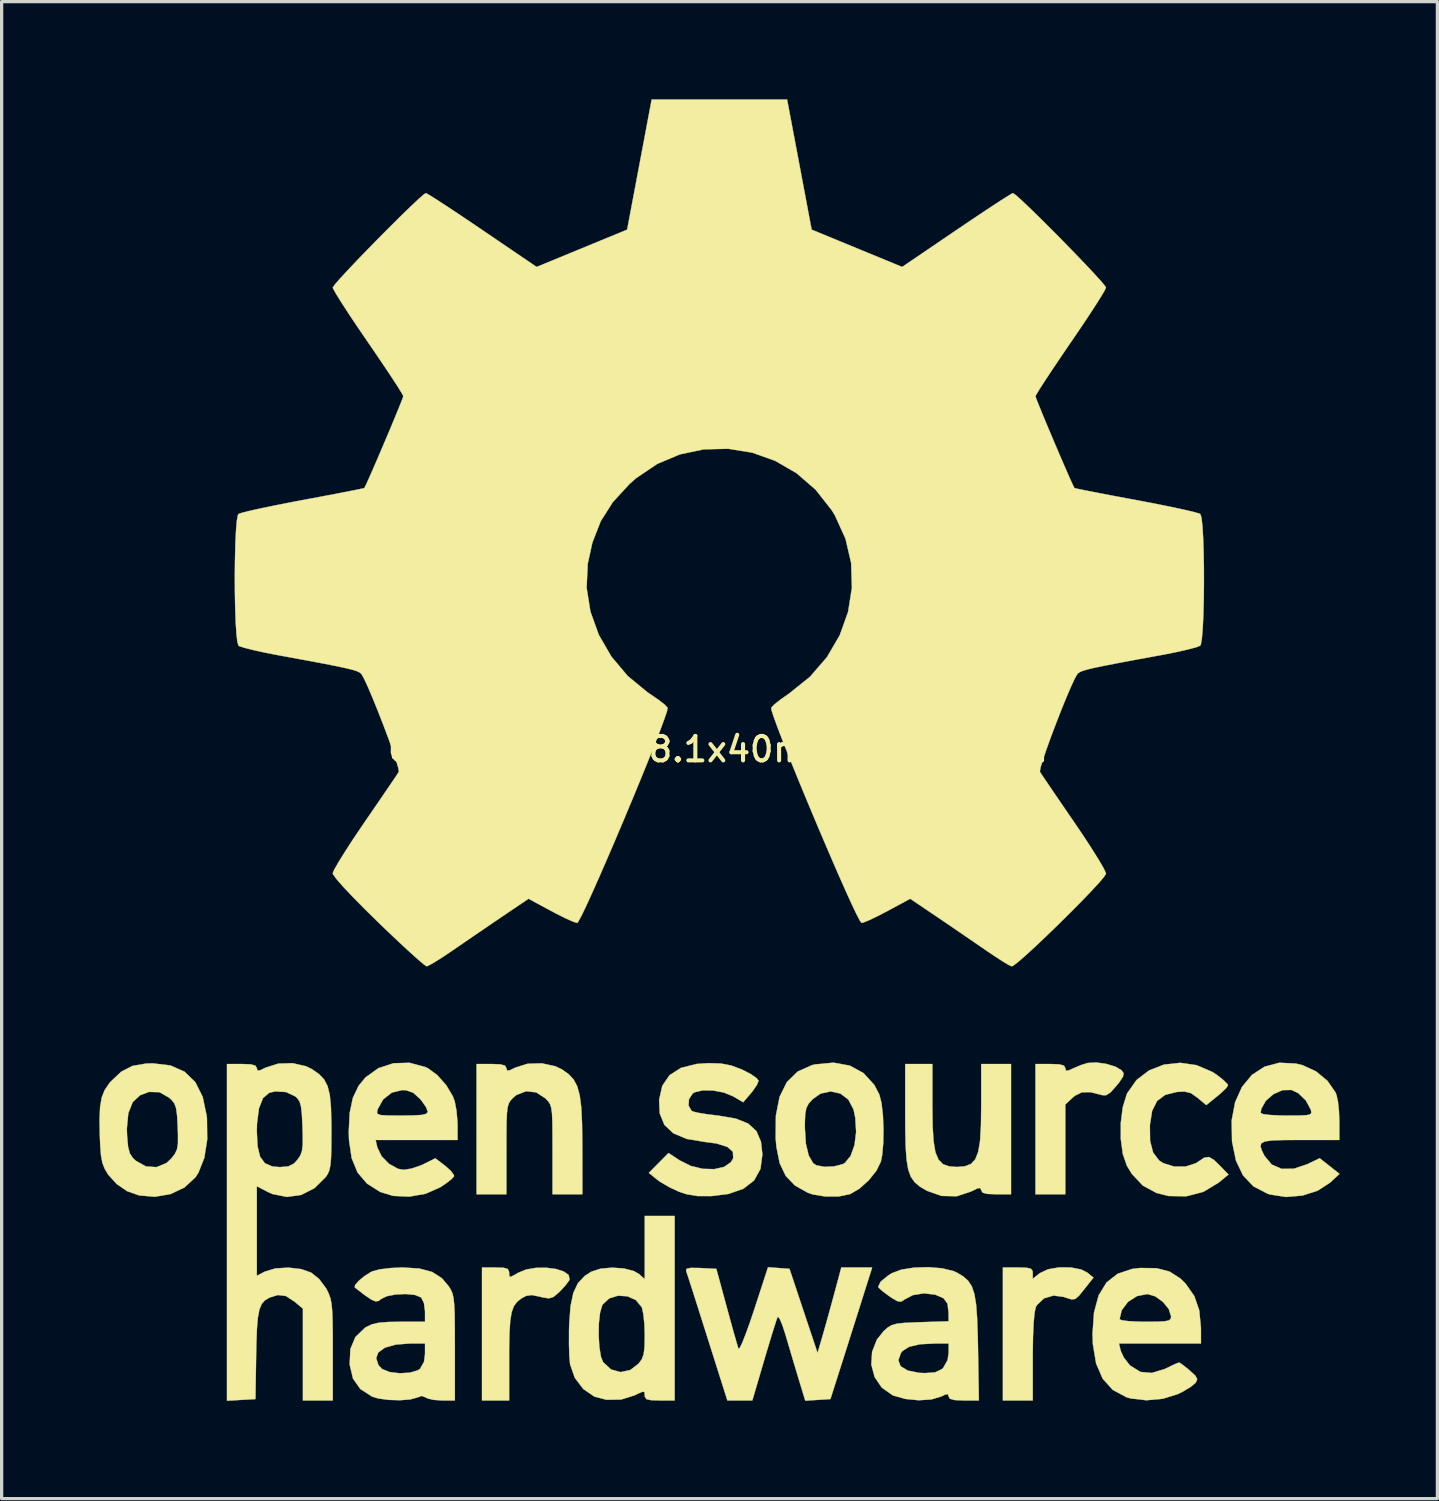
<source format=kicad_pcb>
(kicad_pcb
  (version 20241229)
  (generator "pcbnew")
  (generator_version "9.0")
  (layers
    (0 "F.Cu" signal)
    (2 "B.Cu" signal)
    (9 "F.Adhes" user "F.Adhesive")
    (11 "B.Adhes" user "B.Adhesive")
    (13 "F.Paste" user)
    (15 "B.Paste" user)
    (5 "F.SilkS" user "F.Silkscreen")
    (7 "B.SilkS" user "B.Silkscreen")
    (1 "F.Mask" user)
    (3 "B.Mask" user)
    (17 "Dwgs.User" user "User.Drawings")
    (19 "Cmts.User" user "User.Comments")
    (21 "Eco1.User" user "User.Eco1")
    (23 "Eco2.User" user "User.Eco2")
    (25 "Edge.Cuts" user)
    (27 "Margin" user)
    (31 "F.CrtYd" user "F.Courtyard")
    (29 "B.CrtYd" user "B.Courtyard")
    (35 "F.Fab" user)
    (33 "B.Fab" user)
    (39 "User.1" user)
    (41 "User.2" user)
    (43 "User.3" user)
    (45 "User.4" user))
  (footprint "OSHW-Logo_38.1x40mm_SilkScreen"
    (layer "F.Cu")
    (at 18.99 19.95)
    (property "Reference" "OSHW-Logo_38.1x40mm_SilkScreen" (at 0 0 0) (layer "F.SilkS") (effects (font (size 0.75 0.75) (thickness 0.125))))
    (attr exclude_from_pos_files exclude_from_bom)
    (fp_poly (pts (xy 11.918 9.656) (xy 12.204 9.744) (xy 12.389 9.855) (xy 12.449 9.942) (xy 12.432 10.046) (xy 12.325 10.209) (xy 12.234 10.324) (xy 12.047 10.532) (xy 11.907 10.62) (xy 11.787 10.614) (xy 11.431 10.524) (xy 11.17 10.528) (xy 10.959 10.631) (xy 10.887 10.691) (xy 10.66 10.902) (xy 10.66 13.658) (xy 9.744 13.658) (xy 9.744 9.66) (xy 10.202 9.66) (xy 10.477 9.671) (xy 10.619 9.71) (xy 10.66 9.785) (xy 10.66 9.787) (xy 10.679 9.866) (xy 10.767 9.856) (xy 10.889 9.799) (xy 11.14 9.693) (xy 11.344 9.629) (xy 11.607 9.613) (xy 11.918 9.656)) (stroke (width 0.01) (type solid)) (fill yes) (layer "F.SilkS"))
    (fp_poly (pts (xy 10.83 15.905) (xy 11.15 15.968) (xy 11.333 16.061) (xy 11.524 16.217) (xy 11.252 16.561) (xy 11.083 16.77) (xy 10.969 16.871) (xy 10.856 16.887) (xy 10.69 16.837) (xy 10.612 16.809) (xy 10.294 16.767) (xy 10.003 16.856) (xy 9.789 17.059) (xy 9.754 17.123) (xy 9.717 17.294) (xy 9.687 17.609) (xy 9.668 18.046) (xy 9.66 18.582) (xy 9.66 18.658) (xy 9.66 19.987) (xy 8.744 19.987) (xy 8.744 15.906) (xy 9.202 15.906) (xy 9.466 15.913) (xy 9.604 15.944) (xy 9.655 16.013) (xy 9.66 16.079) (xy 9.66 16.251) (xy 9.88 16.079) (xy 10.131 15.961) (xy 10.469 15.903) (xy 10.83 15.905)) (stroke (width 0.01) (type solid)) (fill yes) (layer "F.SilkS"))
    (fp_poly (pts (xy -6.579 15.915) (xy -6.454 15.952) (xy -6.414 16.035) (xy -6.412 16.072) (xy -6.405 16.175) (xy -6.356 16.191) (xy -6.221 16.12) (xy -6.142 16.072) (xy -5.89 15.968) (xy -5.59 15.917) (xy -5.275 15.913) (xy -4.98 15.951) (xy -4.739 16.027) (xy -4.587 16.134) (xy -4.557 16.268) (xy -4.572 16.305) (xy -4.683 16.456) (xy -4.854 16.641) (xy -4.885 16.671) (xy -5.049 16.809) (xy -5.191 16.854) (xy -5.388 16.823) (xy -5.467 16.802) (xy -5.714 16.752) (xy -5.887 16.775) (xy -6.033 16.853) (xy -6.167 16.959) (xy -6.266 17.092) (xy -6.334 17.277) (xy -6.378 17.541) (xy -6.402 17.907) (xy -6.412 18.402) (xy -6.412 18.701) (xy -6.412 19.987) (xy -7.245 19.987) (xy -7.245 15.906) (xy -6.829 15.906) (xy -6.579 15.915)) (stroke (width 0.01) (type solid)) (fill yes) (layer "F.SilkS"))
    (fp_poly (pts (xy 6.579 10.957) (xy 6.587 11.567) (xy 6.616 12.031) (xy 6.673 12.368) (xy 6.767 12.595) (xy 6.904 12.734) (xy 7.094 12.802) (xy 7.329 12.82) (xy 7.574 12.8) (xy 7.761 12.729) (xy 7.896 12.586) (xy 7.988 12.353) (xy 8.044 12.011) (xy 8.071 11.54) (xy 8.078 10.957) (xy 8.078 9.66) (xy 8.994 9.66) (xy 8.994 13.658) (xy 8.536 13.658) (xy 8.26 13.647) (xy 8.118 13.607) (xy 8.078 13.533) (xy 8.054 13.466) (xy 7.959 13.48) (xy 7.767 13.574) (xy 7.327 13.719) (xy 6.861 13.709) (xy 6.414 13.552) (xy 6.201 13.427) (xy 6.038 13.292) (xy 5.92 13.124) (xy 5.838 12.898) (xy 5.787 12.591) (xy 5.759 12.18) (xy 5.748 11.64) (xy 5.746 11.223) (xy 5.746 9.66) (xy 6.579 9.66) (xy 6.579 10.957)) (stroke (width 0.01) (type solid)) (fill yes) (layer "F.SilkS"))
    (fp_poly (pts (xy -4.994 9.729) (xy -4.787 9.828) (xy -4.586 9.971) (xy -4.433 10.136) (xy -4.321 10.346) (xy -4.245 10.625) (xy -4.198 10.996) (xy -4.174 11.485) (xy -4.166 12.114) (xy -4.166 12.18) (xy -4.164 13.658) (xy -5.08 13.658) (xy -5.08 12.295) (xy -5.081 11.79) (xy -5.085 11.424) (xy -5.097 11.17) (xy -5.121 10.999) (xy -5.16 10.884) (xy -5.218 10.798) (xy -5.3 10.713) (xy -5.583 10.53) (xy -5.893 10.496) (xy -6.189 10.611) (xy -6.291 10.698) (xy -6.367 10.778) (xy -6.421 10.865) (xy -6.457 10.985) (xy -6.479 11.165) (xy -6.491 11.432) (xy -6.495 11.815) (xy -6.496 12.28) (xy -6.496 13.658) (xy -7.412 13.658) (xy -7.412 9.66) (xy -6.954 9.66) (xy -6.679 9.671) (xy -6.537 9.71) (xy -6.496 9.785) (xy -6.496 9.787) (xy -6.477 9.861) (xy -6.392 9.853) (xy -6.225 9.772) (xy -5.845 9.652) (xy -5.411 9.639) (xy -4.994 9.729)) (stroke (width 0.01) (type solid)) (fill yes) (layer "F.SilkS"))
    (fp_poly (pts (xy 14.685 9.695) (xy 15.167 9.9) (xy 15.319 10) (xy 15.513 10.153) (xy 15.635 10.274) (xy 15.656 10.313) (xy 15.597 10.4) (xy 15.444 10.548) (xy 15.321 10.651) (xy 14.986 10.921) (xy 14.721 10.698) (xy 14.517 10.554) (xy 14.317 10.505) (xy 14.089 10.517) (xy 13.726 10.607) (xy 13.477 10.794) (xy 13.325 11.096) (xy 13.256 11.532) (xy 13.256 11.533) (xy 13.262 12.02) (xy 13.355 12.378) (xy 13.539 12.621) (xy 13.665 12.704) (xy 13.999 12.807) (xy 14.356 12.807) (xy 14.667 12.707) (xy 14.74 12.658) (xy 14.925 12.534) (xy 15.069 12.514) (xy 15.224 12.606) (xy 15.396 12.772) (xy 15.668 13.053) (xy 15.366 13.302) (xy 14.899 13.583) (xy 14.373 13.721) (xy 13.824 13.711) (xy 13.462 13.62) (xy 13.04 13.392) (xy 12.703 13.035) (xy 12.55 12.783) (xy 12.425 12.422) (xy 12.363 11.963) (xy 12.363 11.467) (xy 12.423 10.99) (xy 12.545 10.591) (xy 12.564 10.55) (xy 12.848 10.149) (xy 13.233 9.856) (xy 13.687 9.679) (xy 14.181 9.624) (xy 14.685 9.695)) (stroke (width 0.01) (type solid)) (fill yes) (layer "F.SilkS"))
    (fp_poly (pts (xy 4.045 9.71) (xy 4.466 9.939) (xy 4.796 10.301) (xy 4.951 10.596) (xy 5.018 10.856) (xy 5.061 11.227) (xy 5.079 11.654) (xy 5.072 12.083) (xy 5.038 12.46) (xy 4.997 12.661) (xy 4.861 12.937) (xy 4.626 13.229) (xy 4.342 13.485) (xy 4.061 13.65) (xy 4.054 13.653) (xy 3.706 13.725) (xy 3.293 13.727) (xy 2.9 13.661) (xy 2.749 13.608) (xy 2.358 13.387) (xy 2.079 13.097) (xy 1.895 12.713) (xy 1.793 12.21) (xy 1.769 11.946) (xy 1.772 11.615) (xy 2.665 11.615) (xy 2.695 12.098) (xy 2.782 12.467) (xy 2.919 12.702) (xy 3.017 12.769) (xy 3.268 12.816) (xy 3.567 12.802) (xy 3.825 12.735) (xy 3.892 12.698) (xy 4.071 12.481) (xy 4.189 12.15) (xy 4.239 11.747) (xy 4.214 11.315) (xy 4.16 11.055) (xy 4.002 10.754) (xy 3.754 10.566) (xy 3.455 10.501) (xy 3.146 10.569) (xy 2.908 10.737) (xy 2.783 10.874) (xy 2.711 11.01) (xy 2.676 11.194) (xy 2.665 11.476) (xy 2.665 11.615) (xy 1.772 11.615) (xy 1.776 11.243) (xy 1.89 10.666) (xy 2.113 10.216) (xy 2.444 9.892) (xy 2.883 9.695) (xy 2.978 9.672) (xy 3.545 9.619) (xy 4.045 9.71)) (stroke (width 0.01) (type solid)) (fill yes) (layer "F.SilkS"))
    (fp_poly (pts (xy 1.865 15.923) (xy 2.194 15.948) (xy 2.624 17.239) (xy 3.055 18.53) (xy 3.19 18.071) (xy 3.271 17.788) (xy 3.378 17.406) (xy 3.494 16.985) (xy 3.555 16.76) (xy 3.784 15.906) (xy 4.731 15.906) (xy 4.448 16.801) (xy 4.309 17.242) (xy 4.14 17.773) (xy 3.965 18.327) (xy 3.808 18.821) (xy 3.45 19.945) (xy 2.678 19.995) (xy 2.468 19.304) (xy 2.339 18.875) (xy 2.198 18.401) (xy 2.075 17.983) (xy 2.07 17.966) (xy 1.978 17.683) (xy 1.897 17.49) (xy 1.84 17.417) (xy 1.828 17.425) (xy 1.787 17.538) (xy 1.71 17.781) (xy 1.604 18.123) (xy 1.481 18.533) (xy 1.414 18.759) (xy 1.053 19.987) (xy 0.287 19.987) (xy -0.326 18.051) (xy -0.498 17.508) (xy -0.655 17.014) (xy -0.789 16.594) (xy -0.893 16.27) (xy -0.96 16.066) (xy -0.98 16.006) (xy -0.964 15.945) (xy -0.838 15.918) (xy -0.577 15.921) (xy -0.537 15.923) (xy -0.052 15.948) (xy 0.265 17.114) (xy 0.381 17.539) (xy 0.485 17.913) (xy 0.568 18.203) (xy 0.62 18.376) (xy 0.629 18.405) (xy 0.669 18.372) (xy 0.749 18.203) (xy 0.86 17.922) (xy 0.993 17.55) (xy 1.106 17.214) (xy 1.535 15.898) (xy 1.865 15.923)) (stroke (width 0.01) (type solid)) (fill yes) (layer "F.SilkS"))
    (fp_poly (pts (xy -16.811 9.704) (xy -16.375 9.896) (xy -16.044 10.218) (xy -15.818 10.669) (xy -15.696 11.25) (xy -15.687 11.341) (xy -15.68 11.981) (xy -15.769 12.541) (xy -15.949 12.996) (xy -16.045 13.142) (xy -16.38 13.451) (xy -16.806 13.652) (xy -17.284 13.735) (xy -17.771 13.693) (xy -18.141 13.562) (xy -18.459 13.343) (xy -18.719 13.055) (xy -18.724 13.048) (xy -18.829 12.871) (xy -18.898 12.692) (xy -18.94 12.467) (xy -18.964 12.149) (xy -18.975 11.888) (xy -18.979 11.651) (xy -18.147 11.651) (xy -18.138 11.887) (xy -18.109 12.2) (xy -18.057 12.401) (xy -17.963 12.544) (xy -17.875 12.628) (xy -17.563 12.803) (xy -17.236 12.826) (xy -16.932 12.7) (xy -16.78 12.559) (xy -16.671 12.417) (xy -16.607 12.281) (xy -16.578 12.104) (xy -16.577 11.839) (xy -16.585 11.594) (xy -16.604 11.245) (xy -16.634 11.019) (xy -16.687 10.871) (xy -16.777 10.759) (xy -16.848 10.694) (xy -17.145 10.525) (xy -17.466 10.516) (xy -17.736 10.617) (xy -17.965 10.826) (xy -18.102 11.17) (xy -18.147 11.651) (xy -18.979 11.651) (xy -18.985 11.369) (xy -18.968 10.981) (xy -18.918 10.689) (xy -18.827 10.459) (xy -18.689 10.256) (xy -18.638 10.196) (xy -18.318 9.895) (xy -17.976 9.719) (xy -17.556 9.646) (xy -17.352 9.64) (xy -16.811 9.704)) (stroke (width 0.01) (type solid)) (fill yes) (layer "F.SilkS"))
    (fp_poly (pts (xy -1.332 19.987) (xy -1.79 19.987) (xy -2.056 19.979) (xy -2.195 19.947) (xy -2.245 19.877) (xy -2.249 19.829) (xy -2.257 19.734) (xy -2.31 19.716) (xy -2.449 19.775) (xy -2.558 19.829) (xy -2.974 19.959) (xy -3.426 19.966) (xy -3.793 19.87) (xy -4.136 19.636) (xy -4.397 19.292) (xy -4.539 18.885) (xy -4.543 18.862) (xy -4.564 18.614) (xy -4.575 18.258) (xy -4.574 17.989) (xy -3.664 17.989) (xy -3.643 18.347) (xy -3.595 18.642) (xy -3.53 18.808) (xy -3.285 19.036) (xy -2.993 19.118) (xy -2.693 19.052) (xy -2.436 18.855) (xy -2.339 18.722) (xy -2.282 18.564) (xy -2.255 18.334) (xy -2.249 17.987) (xy -2.26 17.644) (xy -2.291 17.343) (xy -2.335 17.141) (xy -2.343 17.123) (xy -2.52 16.908) (xy -2.779 16.79) (xy -3.069 16.771) (xy -3.338 16.853) (xy -3.537 17.038) (xy -3.558 17.075) (xy -3.622 17.299) (xy -3.658 17.622) (xy -3.664 17.989) (xy -4.574 17.989) (xy -4.574 17.852) (xy -4.568 17.634) (xy -4.527 17.094) (xy -4.442 16.688) (xy -4.301 16.388) (xy -4.092 16.165) (xy -3.889 16.034) (xy -3.605 15.942) (xy -3.252 15.911) (xy -2.891 15.936) (xy -2.582 16.016) (xy -2.418 16.112) (xy -2.249 16.265) (xy -2.249 14.324) (xy -1.332 14.324) (xy -1.332 19.987)) (stroke (width 0.01) (type solid)) (fill yes) (layer "F.SilkS"))
    (fp_poly (pts (xy 17.736 9.646) (xy 17.949 9.698) (xy 18.358 9.888) (xy 18.707 10.177) (xy 18.949 10.525) (xy 18.982 10.603) (xy 19.028 10.807) (xy 19.06 11.109) (xy 19.071 11.415) (xy 19.071 11.992) (xy 17.863 11.992) (xy 17.365 11.994) (xy 17.014 12.005) (xy 16.791 12.035) (xy 16.677 12.092) (xy 16.651 12.184) (xy 16.695 12.32) (xy 16.774 12.48) (xy 16.995 12.746) (xy 17.302 12.879) (xy 17.676 12.874) (xy 18.101 12.73) (xy 18.468 12.552) (xy 18.772 12.792) (xy 19.076 13.033) (xy 18.79 13.298) (xy 18.408 13.548) (xy 17.938 13.698) (xy 17.432 13.741) (xy 16.943 13.665) (xy 16.864 13.639) (xy 16.434 13.415) (xy 16.115 13.08) (xy 15.898 12.625) (xy 15.778 12.041) (xy 15.777 12.028) (xy 15.766 11.391) (xy 15.81 11.163) (xy 16.656 11.163) (xy 16.733 11.198) (xy 16.944 11.225) (xy 17.255 11.24) (xy 17.452 11.243) (xy 17.82 11.241) (xy 18.05 11.232) (xy 18.171 11.208) (xy 18.212 11.161) (xy 18.201 11.085) (xy 18.192 11.055) (xy 18.043 10.778) (xy 17.809 10.554) (xy 17.602 10.456) (xy 17.328 10.462) (xy 17.049 10.585) (xy 16.816 10.787) (xy 16.676 11.034) (xy 16.656 11.163) (xy 15.81 11.163) (xy 15.873 10.83) (xy 16.085 10.36) (xy 16.39 9.993) (xy 16.775 9.742) (xy 17.227 9.622) (xy 17.736 9.646)) (stroke (width 0.01) (type solid)) (fill yes) (layer "F.SilkS"))
    (fp_poly (pts (xy 0.093 9.646) (xy 0.408 9.706) (xy 0.735 9.831) (xy 0.77 9.847) (xy 1.018 9.977) (xy 1.19 10.099) (xy 1.246 10.176) (xy 1.193 10.303) (xy 1.064 10.49) (xy 1.007 10.56) (xy 0.772 10.834) (xy 0.469 10.655) (xy 0.181 10.536) (xy -0.152 10.473) (xy -0.471 10.469) (xy -0.719 10.528) (xy -0.778 10.566) (xy -0.891 10.737) (xy -0.905 10.934) (xy -0.82 11.088) (xy -0.77 11.118) (xy -0.62 11.155) (xy -0.357 11.199) (xy -0.032 11.24) (xy 0.028 11.247) (xy 0.55 11.337) (xy 0.928 11.49) (xy 1.179 11.721) (xy 1.318 12.043) (xy 1.362 12.436) (xy 1.302 12.883) (xy 1.107 13.234) (xy 0.777 13.49) (xy 0.31 13.65) (xy -0.208 13.714) (xy -0.631 13.713) (xy -0.973 13.655) (xy -1.208 13.576) (xy -1.503 13.437) (xy -1.777 13.276) (xy -1.874 13.205) (xy -2.124 13.001) (xy -1.822 12.697) (xy -1.521 12.392) (xy -1.178 12.618) (xy -0.835 12.789) (xy -0.468 12.878) (xy -0.115 12.887) (xy 0.186 12.818) (xy 0.397 12.673) (xy 0.466 12.55) (xy 0.456 12.354) (xy 0.286 12.204) (xy -0.043 12.1) (xy -0.404 12.052) (xy -0.959 11.96) (xy -1.371 11.787) (xy -1.646 11.529) (xy -1.789 11.178) (xy -1.809 10.763) (xy -1.711 10.329) (xy -1.487 10.002) (xy -1.136 9.778) (xy -0.655 9.658) (xy -0.299 9.634) (xy 0.093 9.646)) (stroke (width 0.01) (type solid)) (fill yes) (layer "F.SilkS"))
    (fp_poly (pts (xy 13.462 15.928) (xy 13.86 16.031) (xy 14.193 16.245) (xy 14.355 16.405) (xy 14.619 16.782) (xy 14.771 17.219) (xy 14.823 17.757) (xy 14.823 17.801) (xy 14.824 18.238) (xy 12.307 18.238) (xy 12.361 18.467) (xy 12.458 18.674) (xy 12.627 18.891) (xy 12.663 18.925) (xy 12.967 19.112) (xy 13.315 19.143) (xy 13.715 19.021) (xy 13.783 18.988) (xy 13.991 18.887) (xy 14.13 18.83) (xy 14.154 18.824) (xy 14.239 18.876) (xy 14.401 19.002) (xy 14.483 19.071) (xy 14.653 19.229) (xy 14.709 19.333) (xy 14.67 19.429) (xy 14.649 19.455) (xy 14.509 19.57) (xy 14.277 19.71) (xy 14.116 19.791) (xy 13.657 19.935) (xy 13.149 19.981) (xy 12.668 19.926) (xy 12.533 19.887) (xy 12.117 19.663) (xy 11.807 19.319) (xy 11.605 18.852) (xy 11.506 18.257) (xy 11.495 17.947) (xy 11.527 17.494) (xy 12.325 17.494) (xy 12.402 17.527) (xy 12.61 17.554) (xy 12.912 17.569) (xy 13.116 17.572) (xy 13.484 17.569) (xy 13.716 17.557) (xy 13.844 17.529) (xy 13.897 17.479) (xy 13.908 17.407) (xy 13.836 17.182) (xy 13.656 16.961) (xy 13.42 16.791) (xy 13.183 16.721) (xy 12.862 16.783) (xy 12.584 16.961) (xy 12.391 17.219) (xy 12.325 17.494) (xy 11.527 17.494) (xy 11.541 17.287) (xy 11.683 16.762) (xy 11.924 16.367) (xy 12.268 16.097) (xy 12.716 15.949) (xy 12.959 15.921) (xy 13.462 15.928)) (stroke (width 0.01) (type solid)) (fill yes) (layer "F.SilkS"))
    (fp_poly (pts (xy -8.985 9.753) (xy -8.902 9.792) (xy -8.615 10.003) (xy -8.344 10.31) (xy -8.141 10.648) (xy -8.083 10.803) (xy -8.03 11.081) (xy -7.999 11.416) (xy -7.995 11.555) (xy -7.995 11.992) (xy -10.511 11.992) (xy -10.458 12.221) (xy -10.326 12.492) (xy -10.096 12.726) (xy -9.822 12.877) (xy -9.647 12.908) (xy -9.411 12.87) (xy -9.128 12.775) (xy -9.032 12.731) (xy -8.678 12.554) (xy -8.375 12.785) (xy -8.2 12.941) (xy -8.107 13.07) (xy -8.103 13.108) (xy -8.186 13.199) (xy -8.368 13.339) (xy -8.533 13.447) (xy -8.978 13.643) (xy -9.478 13.731) (xy -9.973 13.708) (xy -10.368 13.588) (xy -10.775 13.331) (xy -11.064 12.992) (xy -11.245 12.553) (xy -11.327 11.997) (xy -11.335 11.742) (xy -11.306 11.159) (xy -11.302 11.142) (xy -10.468 11.142) (xy -10.445 11.196) (xy -10.351 11.227) (xy -10.156 11.24) (xy -9.832 11.243) (xy -9.708 11.243) (xy -9.328 11.238) (xy -9.088 11.222) (xy -8.958 11.189) (xy -8.912 11.136) (xy -8.911 11.119) (xy -8.963 10.984) (xy -9.094 10.794) (xy -9.15 10.728) (xy -9.359 10.54) (xy -9.576 10.466) (xy -9.694 10.46) (xy -10.011 10.537) (xy -10.277 10.744) (xy -10.446 11.045) (xy -10.449 11.055) (xy -10.468 11.142) (xy -11.302 11.142) (xy -11.209 10.699) (xy -11.034 10.332) (xy -10.821 10.071) (xy -10.426 9.788) (xy -9.962 9.637) (xy -9.469 9.623) (xy -8.985 9.753)) (stroke (width 0.01) (type solid)) (fill yes) (layer "F.SilkS"))
    (fp_poly (pts (xy 6.877 15.931) (xy 7.228 16.016) (xy 7.33 16.061) (xy 7.527 16.18) (xy 7.677 16.313) (xy 7.789 16.484) (xy 7.868 16.717) (xy 7.921 17.034) (xy 7.953 17.458) (xy 7.973 18.013) (xy 7.98 18.384) (xy 8.007 19.987) (xy 7.543 19.987) (xy 7.261 19.975) (xy 7.116 19.935) (xy 7.079 19.867) (xy 7.059 19.794) (xy 6.97 19.808) (xy 6.85 19.866) (xy 6.548 19.956) (xy 6.159 19.981) (xy 5.751 19.941) (xy 5.389 19.839) (xy 5.356 19.825) (xy 5.025 19.592) (xy 4.807 19.269) (xy 4.706 18.891) (xy 4.714 18.755) (xy 5.534 18.755) (xy 5.606 18.938) (xy 5.82 19.069) (xy 6.165 19.139) (xy 6.35 19.148) (xy 6.658 19.125) (xy 6.862 19.032) (xy 6.912 18.988) (xy 7.047 18.747) (xy 7.079 18.53) (xy 7.079 18.238) (xy 6.673 18.238) (xy 6.201 18.262) (xy 5.87 18.338) (xy 5.661 18.47) (xy 5.614 18.529) (xy 5.534 18.755) (xy 4.714 18.755) (xy 4.729 18.494) (xy 4.879 18.115) (xy 5.084 17.859) (xy 5.208 17.749) (xy 5.33 17.676) (xy 5.488 17.631) (xy 5.722 17.606) (xy 6.071 17.59) (xy 6.21 17.585) (xy 7.079 17.557) (xy 7.077 17.294) (xy 7.044 17.017) (xy 6.922 16.85) (xy 6.676 16.743) (xy 6.67 16.741) (xy 6.321 16.699) (xy 5.98 16.754) (xy 5.726 16.887) (xy 5.625 16.953) (xy 5.515 16.944) (xy 5.347 16.849) (xy 5.248 16.781) (xy 5.054 16.637) (xy 4.934 16.53) (xy 4.915 16.499) (xy 4.994 16.339) (xy 5.228 16.148) (xy 5.33 16.084) (xy 5.622 15.973) (xy 6.016 15.91) (xy 6.454 15.896) (xy 6.877 15.931)) (stroke (width 0.01) (type solid)) (fill yes) (layer "F.SilkS"))
    (fp_poly (pts (xy -9.168 15.938) (xy -8.776 16.043) (xy -8.478 16.233) (xy -8.267 16.481) (xy -8.202 16.587) (xy -8.153 16.698) (xy -8.12 16.839) (xy -8.098 17.038) (xy -8.085 17.32) (xy -8.08 17.711) (xy -8.078 18.236) (xy -8.078 18.375) (xy -8.078 19.987) (xy -8.478 19.987) (xy -8.733 19.969) (xy -8.921 19.924) (xy -8.969 19.896) (xy -9.098 19.848) (xy -9.23 19.896) (xy -9.447 19.956) (xy -9.762 19.98) (xy -10.112 19.97) (xy -10.431 19.926) (xy -10.618 19.869) (xy -10.979 19.637) (xy -11.205 19.316) (xy -11.306 18.888) (xy -11.307 18.877) (xy -11.298 18.687) (xy -10.493 18.687) (xy -10.423 18.903) (xy -10.308 19.024) (xy -10.078 19.116) (xy -9.774 19.153) (xy -9.464 19.135) (xy -9.216 19.063) (xy -9.146 19.016) (xy -9.025 18.802) (xy -8.994 18.558) (xy -8.994 18.238) (xy -9.455 18.238) (xy -9.892 18.272) (xy -10.224 18.367) (xy -10.431 18.516) (xy -10.493 18.687) (xy -11.298 18.687) (xy -11.285 18.409) (xy -11.131 18.04) (xy -10.841 17.76) (xy -10.801 17.735) (xy -10.629 17.652) (xy -10.416 17.602) (xy -10.118 17.578) (xy -9.764 17.572) (xy -8.994 17.572) (xy -8.994 17.249) (xy -9.027 16.998) (xy -9.11 16.83) (xy -9.12 16.822) (xy -9.305 16.748) (xy -9.586 16.72) (xy -9.895 16.734) (xy -10.169 16.788) (xy -10.332 16.868) (xy -10.42 16.933) (xy -10.513 16.946) (xy -10.641 16.892) (xy -10.835 16.761) (xy -11.125 16.538) (xy -11.152 16.517) (xy -11.138 16.44) (xy -11.024 16.311) (xy -10.851 16.168) (xy -10.66 16.048) (xy -10.6 16.02) (xy -10.381 15.963) (xy -10.059 15.923) (xy -9.701 15.906) (xy -9.684 15.906) (xy -9.168 15.938)) (stroke (width 0.01) (type solid)) (fill yes) (layer "F.SilkS"))
    (fp_poly (pts (xy -12.642 9.73) (xy -12.466 9.817) (xy -12.25 9.968) (xy -12.092 10.133) (xy -11.984 10.34) (xy -11.916 10.618) (xy -11.881 10.994) (xy -11.868 11.499) (xy -11.867 11.715) (xy -11.869 12.191) (xy -11.878 12.53) (xy -11.898 12.765) (xy -11.932 12.926) (xy -11.985 13.045) (xy -12.039 13.126) (xy -12.386 13.47) (xy -12.795 13.678) (xy -13.236 13.74) (xy -13.68 13.65) (xy -13.821 13.586) (xy -14.157 13.411) (xy -14.157 16.16) (xy -13.912 16.033) (xy -13.588 15.935) (xy -13.19 15.91) (xy -12.793 15.956) (xy -12.493 16.061) (xy -12.244 16.26) (xy -12.031 16.544) (xy -12.015 16.574) (xy -11.948 16.711) (xy -11.898 16.85) (xy -11.864 17.018) (xy -11.843 17.244) (xy -11.831 17.555) (xy -11.826 17.981) (xy -11.826 18.459) (xy -11.826 19.987) (xy -12.742 19.987) (xy -12.742 17.17) (xy -12.998 16.955) (xy -13.264 16.782) (xy -13.516 16.751) (xy -13.77 16.831) (xy -13.905 16.911) (xy -14.005 17.023) (xy -14.077 17.193) (xy -14.125 17.445) (xy -14.155 17.802) (xy -14.172 18.289) (xy -14.178 18.613) (xy -14.199 19.945) (xy -14.636 19.97) (xy -15.073 19.996) (xy -15.073 11.727) (xy -14.157 11.727) (xy -14.134 12.188) (xy -14.055 12.508) (xy -13.908 12.707) (xy -13.68 12.805) (xy -13.45 12.825) (xy -13.188 12.802) (xy -13.015 12.714) (xy -12.907 12.596) (xy -12.822 12.47) (xy -12.771 12.329) (xy -12.748 12.132) (xy -12.748 11.837) (xy -12.755 11.589) (xy -12.773 11.217) (xy -12.799 10.972) (xy -12.842 10.817) (xy -12.913 10.712) (xy -12.98 10.652) (xy -13.259 10.521) (xy -13.589 10.5) (xy -13.779 10.545) (xy -13.967 10.706) (xy -14.091 11.019) (xy -14.151 11.482) (xy -14.157 11.727) (xy -15.073 11.727) (xy -15.073 9.66) (xy -14.615 9.66) (xy -14.34 9.671) (xy -14.199 9.71) (xy -14.157 9.785) (xy -14.157 9.787) (xy -14.138 9.861) (xy -14.054 9.853) (xy -13.887 9.772) (xy -13.497 9.648) (xy -13.058 9.635) (xy -12.642 9.73)) (stroke (width 0.01) (type solid)) (fill yes) (layer "F.SilkS"))
    (fp_poly (pts (xy 2.497 -17.948) (xy 2.873 -15.951) (xy 5.652 -14.806) (xy 7.318 -15.939) (xy 7.785 -16.254) (xy 8.207 -16.536) (xy 8.564 -16.771) (xy 8.837 -16.947) (xy 9.007 -17.05) (xy 9.053 -17.072) (xy 9.136 -17.015) (xy 9.313 -16.857) (xy 9.565 -16.618) (xy 9.872 -16.319) (xy 10.213 -15.979) (xy 10.57 -15.619) (xy 10.921 -15.259) (xy 11.247 -14.92) (xy 11.528 -14.62) (xy 11.745 -14.382) (xy 11.877 -14.225) (xy 11.909 -14.172) (xy 11.863 -14.075) (xy 11.736 -13.862) (xy 11.54 -13.554) (xy 11.289 -13.172) (xy 10.996 -12.737) (xy 10.826 -12.489) (xy 10.517 -12.035) (xy 10.242 -11.626) (xy 10.015 -11.282) (xy 9.849 -11.023) (xy 9.757 -10.868) (xy 9.744 -10.836) (xy 9.775 -10.744) (xy 9.86 -10.53) (xy 9.986 -10.223) (xy 10.14 -9.854) (xy 10.309 -9.453) (xy 10.481 -9.05) (xy 10.643 -8.675) (xy 10.781 -8.359) (xy 10.884 -8.132) (xy 10.938 -8.023) (xy 10.941 -8.019) (xy 11.025 -7.998) (xy 11.25 -7.952) (xy 11.592 -7.885) (xy 12.028 -7.801) (xy 12.535 -7.706) (xy 12.831 -7.651) (xy 13.372 -7.548) (xy 13.861 -7.45) (xy 14.273 -7.362) (xy 14.583 -7.29) (xy 14.766 -7.239) (xy 14.803 -7.223) (xy 14.839 -7.114) (xy 14.868 -6.867) (xy 14.89 -6.511) (xy 14.905 -6.076) (xy 14.914 -5.59) (xy 14.915 -5.081) (xy 14.91 -4.58) (xy 14.897 -4.114) (xy 14.878 -3.712) (xy 14.852 -3.404) (xy 14.82 -3.218) (xy 14.8 -3.18) (xy 14.683 -3.133) (xy 14.434 -3.067) (xy 14.087 -2.988) (xy 13.674 -2.906) (xy 13.53 -2.879) (xy 12.835 -2.752) (xy 12.287 -2.649) (xy 11.866 -2.567) (xy 11.555 -2.502) (xy 11.335 -2.45) (xy 11.189 -2.406) (xy 11.098 -2.366) (xy 11.044 -2.327) (xy 11.036 -2.319) (xy 10.961 -2.193) (xy 10.846 -1.949) (xy 10.703 -1.617) (xy 10.543 -1.225) (xy 10.379 -0.804) (xy 10.22 -0.385) (xy 10.08 0.004) (xy 9.968 0.333) (xy 9.897 0.57) (xy 9.879 0.688) (xy 9.881 0.692) (xy 9.943 0.788) (xy 10.086 0.999) (xy 10.292 1.303) (xy 10.549 1.679) (xy 10.84 2.104) (xy 10.923 2.224) (xy 11.219 2.662) (xy 11.479 3.061) (xy 11.69 3.399) (xy 11.837 3.653) (xy 11.906 3.8) (xy 11.909 3.818) (xy 11.851 3.912) (xy 11.692 4.1) (xy 11.451 4.361) (xy 11.149 4.674) (xy 10.808 5.019) (xy 10.446 5.377) (xy 10.085 5.727) (xy 9.746 6.048) (xy 9.448 6.322) (xy 9.213 6.527) (xy 9.06 6.643) (xy 9.018 6.662) (xy 8.919 6.618) (xy 8.718 6.497) (xy 8.446 6.32) (xy 8.237 6.178) (xy 7.858 5.918) (xy 7.41 5.611) (xy 6.96 5.304) (xy 6.718 5.14) (xy 5.899 4.587) (xy 5.212 4.958) (xy 4.899 5.121) (xy 4.633 5.248) (xy 4.453 5.32) (xy 4.407 5.33) (xy 4.352 5.256) (xy 4.243 5.046) (xy 4.089 4.721) (xy 3.897 4.298) (xy 3.676 3.799) (xy 3.434 3.241) (xy 3.179 2.645) (xy 2.919 2.029) (xy 2.662 1.413) (xy 2.416 0.816) (xy 2.19 0.258) (xy 1.992 -0.242) (xy 1.829 -0.665) (xy 1.71 -0.992) (xy 1.642 -1.203) (xy 1.632 -1.275) (xy 1.717 -1.367) (xy 1.905 -1.517) (xy 2.155 -1.693) (xy 2.176 -1.707) (xy 2.822 -2.225) (xy 3.343 -2.828) (xy 3.735 -3.499) (xy 3.992 -4.217) (xy 4.11 -4.963) (xy 4.086 -5.719) (xy 3.913 -6.464) (xy 3.588 -7.179) (xy 3.493 -7.336) (xy 2.996 -7.968) (xy 2.409 -8.476) (xy 1.752 -8.856) (xy 1.046 -9.107) (xy 0.31 -9.225) (xy -0.434 -9.208) (xy -1.167 -9.054) (xy -1.868 -8.759) (xy -2.517 -8.321) (xy -2.718 -8.143) (xy -3.229 -7.587) (xy -3.601 -7.001) (xy -3.857 -6.344) (xy -3.999 -5.694) (xy -4.034 -4.963) (xy -3.917 -4.228) (xy -3.66 -3.514) (xy -3.274 -2.847) (xy -2.772 -2.25) (xy -2.164 -1.749) (xy -2.085 -1.696) (xy -1.832 -1.523) (xy -1.64 -1.374) (xy -1.548 -1.278) (xy -1.547 -1.275) (xy -1.566 -1.171) (xy -1.645 -0.937) (xy -1.773 -0.59) (xy -1.944 -0.15) (xy -2.149 0.363) (xy -2.379 0.93) (xy -2.628 1.532) (xy -2.886 2.15) (xy -3.146 2.763) (xy -3.399 3.353) (xy -3.638 3.901) (xy -3.854 4.387) (xy -4.039 4.792) (xy -4.185 5.097) (xy -4.284 5.281) (xy -4.324 5.33) (xy -4.445 5.292) (xy -4.673 5.191) (xy -4.967 5.044) (xy -5.129 4.958) (xy -5.816 4.587) (xy -6.635 5.14) (xy -7.053 5.424) (xy -7.51 5.736) (xy -7.939 6.03) (xy -8.154 6.178) (xy -8.456 6.381) (xy -8.712 6.542) (xy -8.888 6.64) (xy -8.945 6.661) (xy -9.028 6.605) (xy -9.212 6.448) (xy -9.48 6.208) (xy -9.813 5.899) (xy -10.193 5.539) (xy -10.433 5.308) (xy -10.854 4.894) (xy -11.217 4.525) (xy -11.509 4.215) (xy -11.714 3.98) (xy -11.818 3.836) (xy -11.828 3.807) (xy -11.782 3.696) (xy -11.654 3.471) (xy -11.458 3.156) (xy -11.21 2.772) (xy -10.922 2.344) (xy -10.84 2.224) (xy -10.542 1.79) (xy -10.274 1.399) (xy -10.053 1.073) (xy -9.891 0.835) (xy -9.806 0.705) (xy -9.797 0.692) (xy -9.81 0.589) (xy -9.875 0.362) (xy -9.983 0.042) (xy -10.121 -0.342) (xy -10.278 -0.76) (xy -10.443 -1.182) (xy -10.604 -1.578) (xy -10.749 -1.918) (xy -10.867 -2.173) (xy -10.947 -2.312) (xy -10.953 -2.319) (xy -11.002 -2.359) (xy -11.084 -2.398) (xy -11.219 -2.441) (xy -11.423 -2.491) (xy -11.716 -2.554) (xy -12.114 -2.632) (xy -12.637 -2.73) (xy -13.303 -2.853) (xy -13.447 -2.879) (xy -13.874 -2.961) (xy -14.246 -3.042) (xy -14.531 -3.113) (xy -14.695 -3.167) (xy -14.717 -3.18) (xy -14.753 -3.291) (xy -14.782 -3.539) (xy -14.805 -3.896) (xy -14.821 -4.332) (xy -14.83 -4.819) (xy -14.832 -5.327) (xy -14.827 -5.828) (xy -14.816 -6.294) (xy -14.797 -6.694) (xy -14.772 -7.001) (xy -14.739 -7.185) (xy -14.72 -7.223) (xy -14.61 -7.261) (xy -14.362 -7.323) (xy -13.999 -7.403) (xy -13.547 -7.496) (xy -13.029 -7.598) (xy -12.747 -7.651) (xy -12.212 -7.751) (xy -11.735 -7.841) (xy -11.339 -7.918) (xy -11.048 -7.976) (xy -10.884 -8.011) (xy -10.858 -8.019) (xy -10.812 -8.107) (xy -10.716 -8.318) (xy -10.582 -8.623) (xy -10.423 -8.991) (xy -10.252 -9.392) (xy -10.081 -9.795) (xy -9.924 -10.172) (xy -9.793 -10.491) (xy -9.701 -10.722) (xy -9.661 -10.835) (xy -9.66 -10.84) (xy -9.706 -10.929) (xy -9.833 -11.135) (xy -10.029 -11.436) (xy -10.28 -11.812) (xy -10.573 -12.244) (xy -10.743 -12.492) (xy -11.053 -12.946) (xy -11.329 -13.359) (xy -11.556 -13.709) (xy -11.722 -13.975) (xy -11.812 -14.137) (xy -11.826 -14.173) (xy -11.769 -14.257) (xy -11.613 -14.438) (xy -11.378 -14.693) (xy -11.083 -15.005) (xy -10.748 -15.351) (xy -10.394 -15.713) (xy -10.039 -16.069) (xy -9.705 -16.401) (xy -9.41 -16.686) (xy -9.175 -16.906) (xy -9.02 -17.04) (xy -8.968 -17.072) (xy -8.883 -17.027) (xy -8.681 -16.901) (xy -8.381 -16.706) (xy -8.002 -16.456) (xy -7.565 -16.162) (xy -7.235 -15.939) (xy -5.568 -14.806) (xy -2.79 -15.951) (xy -2.413 -17.948) (xy -2.037 -19.945) (xy 2.12 -19.945) (xy 2.497 -17.948)) (stroke (width 0.01) (type solid)) (fill yes) (layer "F.SilkS")))
  (gr_rect
    (start -3 -3)
    (end 41.071 42.951)
    (stroke (width 0.1) (type default))
    (fill no)
    (layer "Edge.Cuts")))
</source>
